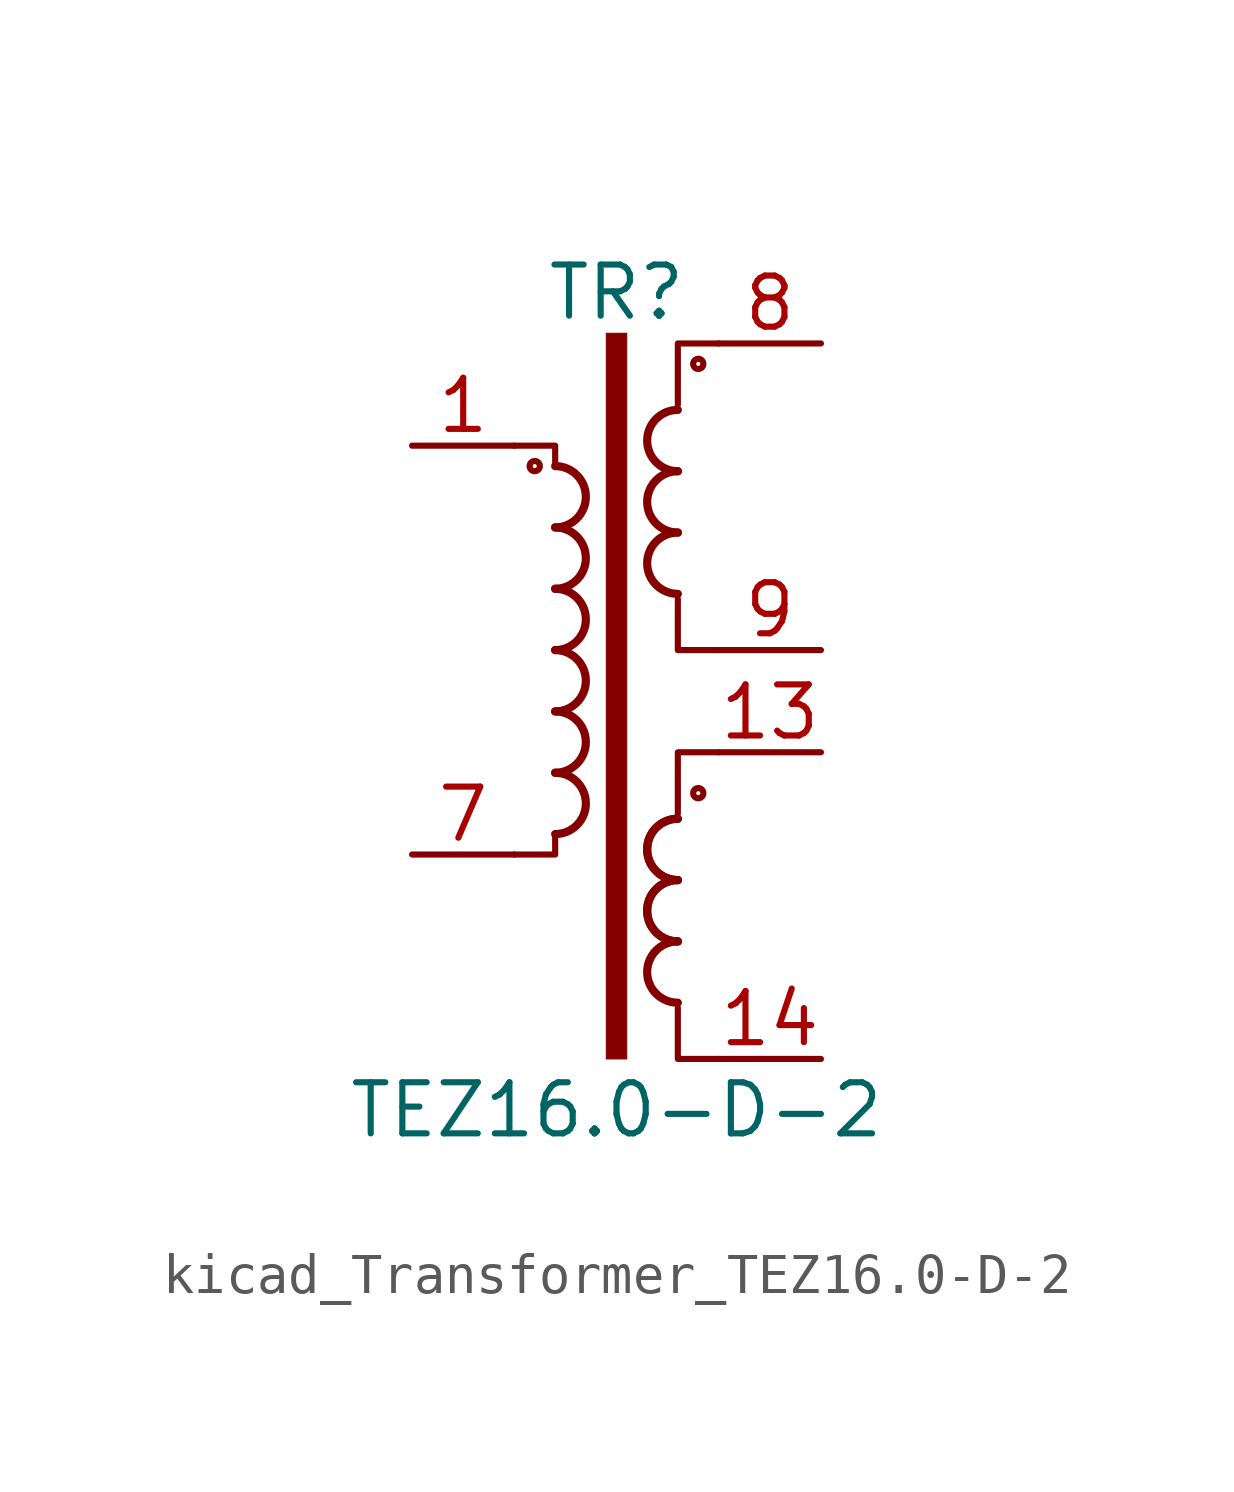
<source format=kicad_sym>
(kicad_symbol_lib
  (version 20220914)
  (generator kicad_symbol_editor)
  (symbol "kicad_Transformer_TEZ16.0-D-2"
    (pin_names
      (offset 0.025))
    (property "Reference" "TR"
      (at 0 8.89 0)
      (effects (font (size 1.27 1.27))))
    (property "Value" "TEZ16.0-D-2"
      (at 0 -11.43 0)
      (effects (font (size 1.27 1.27))))
    (symbol "kicad_Transformer_TEZ16.0-D-2_0_1"
      (circle (center -2.032 4.572) (radius 0.127) (stroke (width 0) (type default)) (fill (type none)))
      (arc (start -1.524 -4.572) (mid -0.7653 -3.81) (end -1.524 -3.048) (stroke (width 0.2032) (type default)) (fill (type none)))
      (arc (start -1.524 -3.048) (mid -0.7653 -2.286) (end -1.524 -1.524) (stroke (width 0.2032) (type default)) (fill (type none)))
      (arc (start -1.524 -1.524) (mid -0.7653 -0.762) (end -1.524 0) (stroke (width 0.2032) (type default)) (fill (type none)))
      (arc (start -1.524 0) (mid -0.7653 0.762) (end -1.524 1.524) (stroke (width 0.2032) (type default)) (fill (type none)))
      (arc (start -1.524 1.524) (mid -0.7653 2.286) (end -1.524 3.048) (stroke (width 0.2032) (type default)) (fill (type none)))
      (arc (start -1.524 3.048) (mid -0.7653 3.81) (end -1.524 4.572) (stroke (width 0.2032) (type default)) (fill (type none)))
      (rectangle (start -0.254 7.874) (end 0.254 -10.16) (stroke (width 0.025) (type default)) (fill (type outline)))
      (polyline (pts (xy -1.524 -4.572) (xy -1.524 -5.08) (xy -2.54 -5.08)) (stroke (width 0) (type default)) (fill (type none)))
      (polyline (pts (xy -1.524 4.572) (xy -1.524 5.08) (xy -2.54 5.08)) (stroke (width 0) (type default)) (fill (type none)))
      (polyline (pts (xy 1.524 -8.89) (xy 1.524 -10.16) (xy 2.54 -10.16)) (stroke (width 0) (type default)) (fill (type none)))
      (polyline (pts (xy 2.54 -2.54) (xy 1.524 -2.54) (xy 1.524 -4.064)) (stroke (width 0) (type default)) (fill (type none)))
      (polyline (pts (xy 2.54 0) (xy 1.524 0) (xy 1.524 1.27)) (stroke (width 0) (type default)) (fill (type none)))
      (polyline (pts (xy 2.54 7.62) (xy 1.524 7.62) (xy 1.524 6.096)) (stroke (width 0) (type default)) (fill (type none)))
      (arc (start 1.524 -7.239) (mid 0.7653 -8.001) (end 1.524 -8.763) (stroke (width 0.2032) (type default)) (fill (type none)))
      (arc (start 1.524 -5.715) (mid 0.7653 -6.477) (end 1.524 -7.239) (stroke (width 0.2032) (type default)) (fill (type none)))
      (arc (start 1.524 -5.715) (mid 0.7653 -6.477) (end 1.524 -7.239) (stroke (width 0.2032) (type default)) (fill (type none)))
      (arc (start 1.524 -4.191) (mid 0.7653 -4.953) (end 1.524 -5.715) (stroke (width 0.2032) (type default)) (fill (type none)))
      (arc (start 1.524 -4.191) (mid 0.7653 -4.953) (end 1.524 -5.715) (stroke (width 0.2032) (type default)) (fill (type none)))
      (arc (start 1.524 2.921) (mid 0.7653 2.159) (end 1.524 1.397) (stroke (width 0.2032) (type default)) (fill (type none)))
      (arc (start 1.524 4.445) (mid 0.7653 3.683) (end 1.524 2.921) (stroke (width 0.2032) (type default)) (fill (type none)))
      (arc (start 1.524 5.969) (mid 0.7653 5.207) (end 1.524 4.445) (stroke (width 0.2032) (type default)) (fill (type none)))
      (circle (center 2.032 -3.556) (radius 0.127) (stroke (width 0) (type default)) (fill (type none)))
      (circle (center 2.032 7.112) (radius 0.127) (stroke (width 0) (type default)) (fill (type none))))
    (symbol "kicad_Transformer_TEZ16.0-D-2_1_1"
      (pin passive line (at -5.08 5.08 0) (length 2.54) (name "~" (effects (font (size 1.27 1.27)))) (number "1" (effects (font (size 1.27 1.27)))))
      (pin passive line (at 5.08 -2.54 180) (length 2.54) (name "~" (effects (font (size 1.27 1.27)))) (number "13" (effects (font (size 1.27 1.27)))))
      (pin passive line (at 5.08 -10.16 180) (length 2.54) (name "~" (effects (font (size 1.27 1.27)))) (number "14" (effects (font (size 1.27 1.27)))))
      (pin passive line (at -5.08 -5.08 0) (length 2.54) (name "~" (effects (font (size 1.27 1.27)))) (number "7" (effects (font (size 1.27 1.27)))))
      (pin passive line (at 5.08 7.62 180) (length 2.54) (name "~" (effects (font (size 1.27 1.27)))) (number "8" (effects (font (size 1.27 1.27)))))
      (pin passive line (at 5.08 0 180) (length 2.54) (name "~" (effects (font (size 1.27 1.27)))) (number "9" (effects (font (size 1.27 1.27))))))))
</source>
